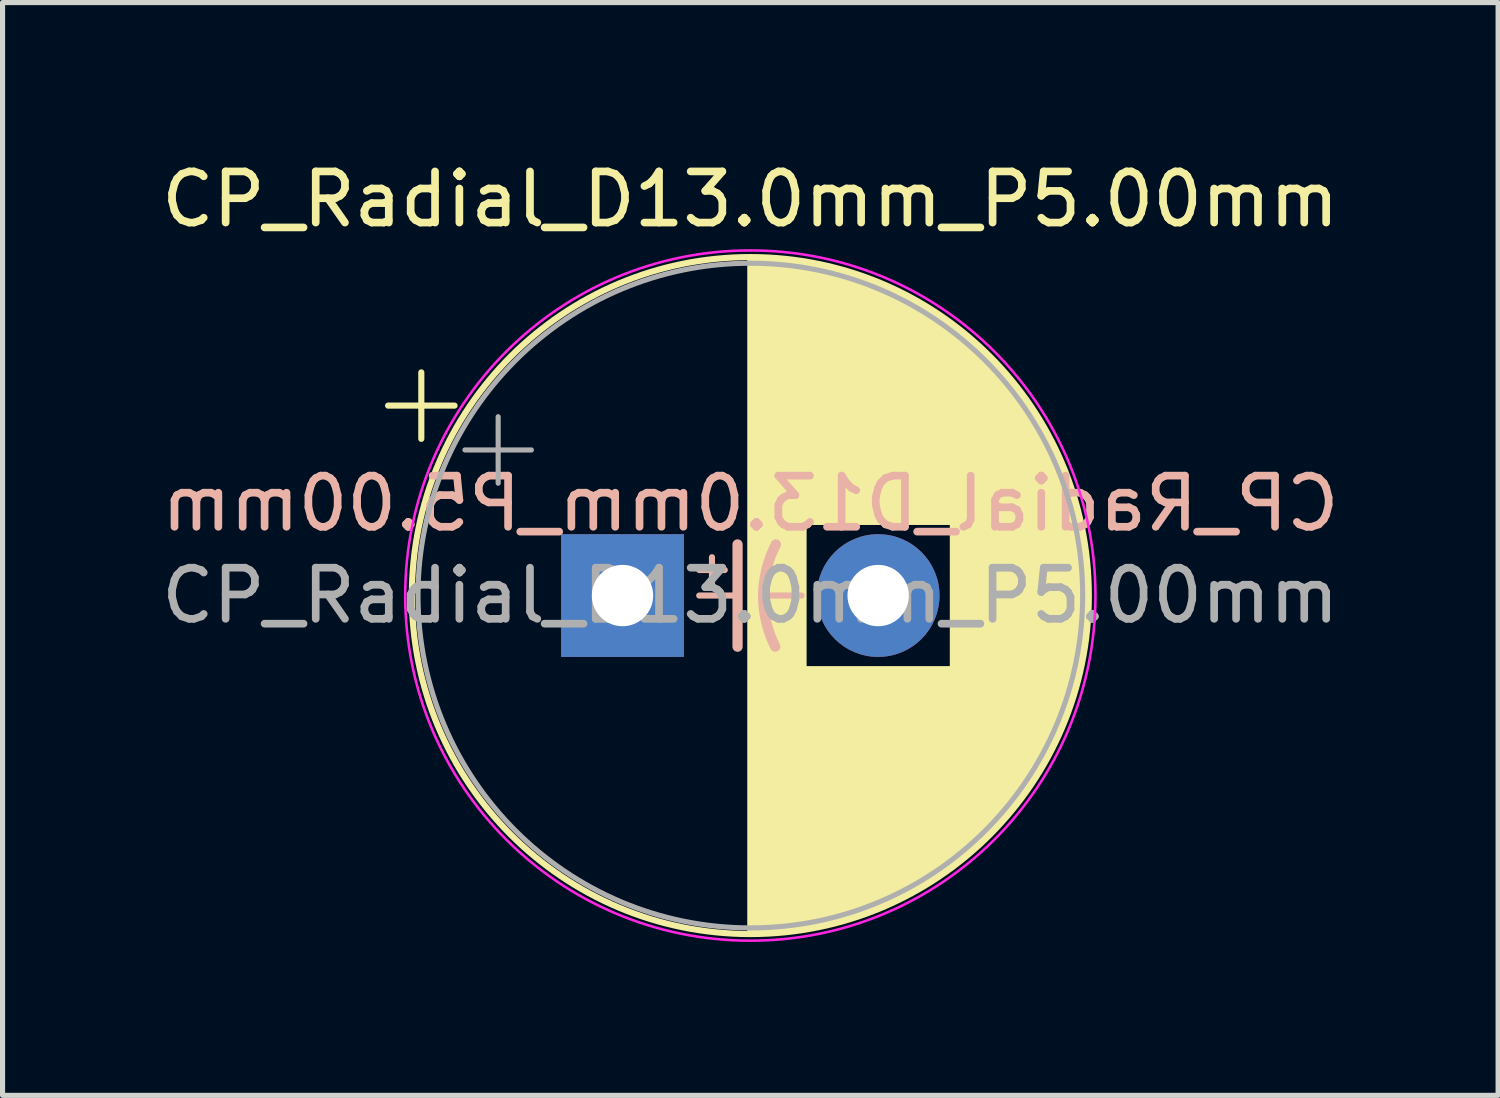
<source format=kicad_pcb>
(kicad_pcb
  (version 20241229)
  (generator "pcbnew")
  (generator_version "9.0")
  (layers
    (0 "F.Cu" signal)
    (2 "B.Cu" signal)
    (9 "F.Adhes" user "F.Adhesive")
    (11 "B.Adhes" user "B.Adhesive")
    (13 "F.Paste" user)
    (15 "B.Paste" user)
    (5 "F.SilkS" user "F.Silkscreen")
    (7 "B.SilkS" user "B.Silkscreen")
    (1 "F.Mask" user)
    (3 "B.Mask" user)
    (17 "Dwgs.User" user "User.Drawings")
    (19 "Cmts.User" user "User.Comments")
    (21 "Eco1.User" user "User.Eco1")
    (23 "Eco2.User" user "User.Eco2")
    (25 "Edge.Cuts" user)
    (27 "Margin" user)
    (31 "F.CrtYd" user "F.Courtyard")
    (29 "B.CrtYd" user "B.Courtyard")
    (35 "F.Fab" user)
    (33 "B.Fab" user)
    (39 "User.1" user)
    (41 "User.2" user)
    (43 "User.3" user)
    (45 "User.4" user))
  (footprint "CP_Radial_D13.0mm_P5.00mm"
    (layer "F.Cu")
    (at 9.125 8.598)
    (property "Reference" "CP_Radial_D13.0mm_P5.00mm" (at 2.5 -7.75 0) (layer "F.SilkS") (effects (font (size 1 1) (thickness 0.15))))
    (fp_line (start -4.585 -3.715) (end -3.285 -3.715) (stroke (width 0.12) (type solid)) (layer "F.SilkS"))
    (fp_line (start -3.935 -4.365) (end -3.935 -3.065) (stroke (width 0.12) (type solid)) (layer "F.SilkS"))
    (fp_line (start 2.5 -6.58) (end 2.5 6.58) (stroke (width 0.12) (type solid)) (layer "F.SilkS"))
    (fp_line (start 2.54 -6.58) (end 2.54 6.58) (stroke (width 0.12) (type solid)) (layer "F.SilkS"))
    (fp_line (start 2.58 -6.58) (end 2.58 6.58) (stroke (width 0.12) (type solid)) (layer "F.SilkS"))
    (fp_line (start 2.62 -6.579) (end 2.62 6.579) (stroke (width 0.12) (type solid)) (layer "F.SilkS"))
    (fp_line (start 2.66 -6.579) (end 2.66 6.579) (stroke (width 0.12) (type solid)) (layer "F.SilkS"))
    (fp_line (start 2.7 -6.577) (end 2.7 6.577) (stroke (width 0.12) (type solid)) (layer "F.SilkS"))
    (fp_line (start 2.74 -6.576) (end 2.74 6.576) (stroke (width 0.12) (type solid)) (layer "F.SilkS"))
    (fp_line (start 2.78 -6.575) (end 2.78 6.575) (stroke (width 0.12) (type solid)) (layer "F.SilkS"))
    (fp_line (start 2.82 -6.573) (end 2.82 6.573) (stroke (width 0.12) (type solid)) (layer "F.SilkS"))
    (fp_line (start 2.86 -6.571) (end 2.86 6.571) (stroke (width 0.12) (type solid)) (layer "F.SilkS"))
    (fp_line (start 2.9 -6.568) (end 2.9 6.568) (stroke (width 0.12) (type solid)) (layer "F.SilkS"))
    (fp_line (start 2.94 -6.566) (end 2.94 6.566) (stroke (width 0.12) (type solid)) (layer "F.SilkS"))
    (fp_line (start 2.98 -6.563) (end 2.98 6.563) (stroke (width 0.12) (type solid)) (layer "F.SilkS"))
    (fp_line (start 3.02 -6.56) (end 3.02 6.56) (stroke (width 0.12) (type solid)) (layer "F.SilkS"))
    (fp_line (start 3.06 -6.557) (end 3.06 6.557) (stroke (width 0.12) (type solid)) (layer "F.SilkS"))
    (fp_line (start 3.1 -6.553) (end 3.1 6.553) (stroke (width 0.12) (type solid)) (layer "F.SilkS"))
    (fp_line (start 3.14 -6.549) (end 3.14 6.549) (stroke (width 0.12) (type solid)) (layer "F.SilkS"))
    (fp_line (start 3.18 -6.545) (end 3.18 6.545) (stroke (width 0.12) (type solid)) (layer "F.SilkS"))
    (fp_line (start 3.221 -6.541) (end 3.221 6.541) (stroke (width 0.12) (type solid)) (layer "F.SilkS"))
    (fp_line (start 3.261 -6.537) (end 3.261 6.537) (stroke (width 0.12) (type solid)) (layer "F.SilkS"))
    (fp_line (start 3.301 -6.532) (end 3.301 6.532) (stroke (width 0.12) (type solid)) (layer "F.SilkS"))
    (fp_line (start 3.341 -6.527) (end 3.341 6.527) (stroke (width 0.12) (type solid)) (layer "F.SilkS"))
    (fp_line (start 3.381 -6.522) (end 3.381 6.522) (stroke (width 0.12) (type solid)) (layer "F.SilkS"))
    (fp_line (start 3.421 -6.516) (end 3.421 6.516) (stroke (width 0.12) (type solid)) (layer "F.SilkS"))
    (fp_line (start 3.461 -6.511) (end 3.461 6.511) (stroke (width 0.12) (type solid)) (layer "F.SilkS"))
    (fp_line (start 3.501 -6.505) (end 3.501 6.505) (stroke (width 0.12) (type solid)) (layer "F.SilkS"))
    (fp_line (start 3.541 -6.498) (end 3.541 6.498) (stroke (width 0.12) (type solid)) (layer "F.SilkS"))
    (fp_line (start 3.581 -6.492) (end 3.581 -1.44) (stroke (width 0.12) (type solid)) (layer "F.SilkS"))
    (fp_line (start 3.581 1.44) (end 3.581 6.492) (stroke (width 0.12) (type solid)) (layer "F.SilkS"))
    (fp_line (start 3.621 -6.485) (end 3.621 -1.44) (stroke (width 0.12) (type solid)) (layer "F.SilkS"))
    (fp_line (start 3.621 1.44) (end 3.621 6.485) (stroke (width 0.12) (type solid)) (layer "F.SilkS"))
    (fp_line (start 3.661 -6.478) (end 3.661 -1.44) (stroke (width 0.12) (type solid)) (layer "F.SilkS"))
    (fp_line (start 3.661 1.44) (end 3.661 6.478) (stroke (width 0.12) (type solid)) (layer "F.SilkS"))
    (fp_line (start 3.701 -6.471) (end 3.701 -1.44) (stroke (width 0.12) (type solid)) (layer "F.SilkS"))
    (fp_line (start 3.701 1.44) (end 3.701 6.471) (stroke (width 0.12) (type solid)) (layer "F.SilkS"))
    (fp_line (start 3.741 -6.463) (end 3.741 -1.44) (stroke (width 0.12) (type solid)) (layer "F.SilkS"))
    (fp_line (start 3.741 1.44) (end 3.741 6.463) (stroke (width 0.12) (type solid)) (layer "F.SilkS"))
    (fp_line (start 3.781 -6.456) (end 3.781 -1.44) (stroke (width 0.12) (type solid)) (layer "F.SilkS"))
    (fp_line (start 3.781 1.44) (end 3.781 6.456) (stroke (width 0.12) (type solid)) (layer "F.SilkS"))
    (fp_line (start 3.821 -6.448) (end 3.821 -1.44) (stroke (width 0.12) (type solid)) (layer "F.SilkS"))
    (fp_line (start 3.821 1.44) (end 3.821 6.448) (stroke (width 0.12) (type solid)) (layer "F.SilkS"))
    (fp_line (start 3.861 -6.439) (end 3.861 -1.44) (stroke (width 0.12) (type solid)) (layer "F.SilkS"))
    (fp_line (start 3.861 1.44) (end 3.861 6.439) (stroke (width 0.12) (type solid)) (layer "F.SilkS"))
    (fp_line (start 3.901 -6.431) (end 3.901 -1.44) (stroke (width 0.12) (type solid)) (layer "F.SilkS"))
    (fp_line (start 3.901 1.44) (end 3.901 6.431) (stroke (width 0.12) (type solid)) (layer "F.SilkS"))
    (fp_line (start 3.941 -6.422) (end 3.941 -1.44) (stroke (width 0.12) (type solid)) (layer "F.SilkS"))
    (fp_line (start 3.941 1.44) (end 3.941 6.422) (stroke (width 0.12) (type solid)) (layer "F.SilkS"))
    (fp_line (start 3.981 -6.413) (end 3.981 -1.44) (stroke (width 0.12) (type solid)) (layer "F.SilkS"))
    (fp_line (start 3.981 1.44) (end 3.981 6.413) (stroke (width 0.12) (type solid)) (layer "F.SilkS"))
    (fp_line (start 4.021 -6.404) (end 4.021 -1.44) (stroke (width 0.12) (type solid)) (layer "F.SilkS"))
    (fp_line (start 4.021 1.44) (end 4.021 6.404) (stroke (width 0.12) (type solid)) (layer "F.SilkS"))
    (fp_line (start 4.061 -6.394) (end 4.061 -1.44) (stroke (width 0.12) (type solid)) (layer "F.SilkS"))
    (fp_line (start 4.061 1.44) (end 4.061 6.394) (stroke (width 0.12) (type solid)) (layer "F.SilkS"))
    (fp_line (start 4.101 -6.384) (end 4.101 -1.44) (stroke (width 0.12) (type solid)) (layer "F.SilkS"))
    (fp_line (start 4.101 1.44) (end 4.101 6.384) (stroke (width 0.12) (type solid)) (layer "F.SilkS"))
    (fp_line (start 4.141 -6.374) (end 4.141 -1.44) (stroke (width 0.12) (type solid)) (layer "F.SilkS"))
    (fp_line (start 4.141 1.44) (end 4.141 6.374) (stroke (width 0.12) (type solid)) (layer "F.SilkS"))
    (fp_line (start 4.181 -6.364) (end 4.181 -1.44) (stroke (width 0.12) (type solid)) (layer "F.SilkS"))
    (fp_line (start 4.181 1.44) (end 4.181 6.364) (stroke (width 0.12) (type solid)) (layer "F.SilkS"))
    (fp_line (start 4.221 -6.353) (end 4.221 -1.44) (stroke (width 0.12) (type solid)) (layer "F.SilkS"))
    (fp_line (start 4.221 1.44) (end 4.221 6.353) (stroke (width 0.12) (type solid)) (layer "F.SilkS"))
    (fp_line (start 4.261 -6.342) (end 4.261 -1.44) (stroke (width 0.12) (type solid)) (layer "F.SilkS"))
    (fp_line (start 4.261 1.44) (end 4.261 6.342) (stroke (width 0.12) (type solid)) (layer "F.SilkS"))
    (fp_line (start 4.301 -6.331) (end 4.301 -1.44) (stroke (width 0.12) (type solid)) (layer "F.SilkS"))
    (fp_line (start 4.301 1.44) (end 4.301 6.331) (stroke (width 0.12) (type solid)) (layer "F.SilkS"))
    (fp_line (start 4.341 -6.32) (end 4.341 -1.44) (stroke (width 0.12) (type solid)) (layer "F.SilkS"))
    (fp_line (start 4.341 1.44) (end 4.341 6.32) (stroke (width 0.12) (type solid)) (layer "F.SilkS"))
    (fp_line (start 4.381 -6.308) (end 4.381 -1.44) (stroke (width 0.12) (type solid)) (layer "F.SilkS"))
    (fp_line (start 4.381 1.44) (end 4.381 6.308) (stroke (width 0.12) (type solid)) (layer "F.SilkS"))
    (fp_line (start 4.421 -6.296) (end 4.421 -1.44) (stroke (width 0.12) (type solid)) (layer "F.SilkS"))
    (fp_line (start 4.421 1.44) (end 4.421 6.296) (stroke (width 0.12) (type solid)) (layer "F.SilkS"))
    (fp_line (start 4.461 -6.284) (end 4.461 -1.44) (stroke (width 0.12) (type solid)) (layer "F.SilkS"))
    (fp_line (start 4.461 1.44) (end 4.461 6.284) (stroke (width 0.12) (type solid)) (layer "F.SilkS"))
    (fp_line (start 4.501 -6.271) (end 4.501 -1.44) (stroke (width 0.12) (type solid)) (layer "F.SilkS"))
    (fp_line (start 4.501 1.44) (end 4.501 6.271) (stroke (width 0.12) (type solid)) (layer "F.SilkS"))
    (fp_line (start 4.541 -6.258) (end 4.541 -1.44) (stroke (width 0.12) (type solid)) (layer "F.SilkS"))
    (fp_line (start 4.541 1.44) (end 4.541 6.258) (stroke (width 0.12) (type solid)) (layer "F.SilkS"))
    (fp_line (start 4.581 -6.245) (end 4.581 -1.44) (stroke (width 0.12) (type solid)) (layer "F.SilkS"))
    (fp_line (start 4.581 1.44) (end 4.581 6.245) (stroke (width 0.12) (type solid)) (layer "F.SilkS"))
    (fp_line (start 4.621 -6.232) (end 4.621 -1.44) (stroke (width 0.12) (type solid)) (layer "F.SilkS"))
    (fp_line (start 4.621 1.44) (end 4.621 6.232) (stroke (width 0.12) (type solid)) (layer "F.SilkS"))
    (fp_line (start 4.661 -6.218) (end 4.661 -1.44) (stroke (width 0.12) (type solid)) (layer "F.SilkS"))
    (fp_line (start 4.661 1.44) (end 4.661 6.218) (stroke (width 0.12) (type solid)) (layer "F.SilkS"))
    (fp_line (start 4.701 -6.204) (end 4.701 -1.44) (stroke (width 0.12) (type solid)) (layer "F.SilkS"))
    (fp_line (start 4.701 1.44) (end 4.701 6.204) (stroke (width 0.12) (type solid)) (layer "F.SilkS"))
    (fp_line (start 4.741 -6.19) (end 4.741 -1.44) (stroke (width 0.12) (type solid)) (layer "F.SilkS"))
    (fp_line (start 4.741 1.44) (end 4.741 6.19) (stroke (width 0.12) (type solid)) (layer "F.SilkS"))
    (fp_line (start 4.781 -6.175) (end 4.781 -1.44) (stroke (width 0.12) (type solid)) (layer "F.SilkS"))
    (fp_line (start 4.781 1.44) (end 4.781 6.175) (stroke (width 0.12) (type solid)) (layer "F.SilkS"))
    (fp_line (start 4.821 -6.161) (end 4.821 -1.44) (stroke (width 0.12) (type solid)) (layer "F.SilkS"))
    (fp_line (start 4.821 1.44) (end 4.821 6.161) (stroke (width 0.12) (type solid)) (layer "F.SilkS"))
    (fp_line (start 4.861 -6.146) (end 4.861 -1.44) (stroke (width 0.12) (type solid)) (layer "F.SilkS"))
    (fp_line (start 4.861 1.44) (end 4.861 6.146) (stroke (width 0.12) (type solid)) (layer "F.SilkS"))
    (fp_line (start 4.901 -6.13) (end 4.901 -1.44) (stroke (width 0.12) (type solid)) (layer "F.SilkS"))
    (fp_line (start 4.901 1.44) (end 4.901 6.13) (stroke (width 0.12) (type solid)) (layer "F.SilkS"))
    (fp_line (start 4.941 -6.114) (end 4.941 -1.44) (stroke (width 0.12) (type solid)) (layer "F.SilkS"))
    (fp_line (start 4.941 1.44) (end 4.941 6.114) (stroke (width 0.12) (type solid)) (layer "F.SilkS"))
    (fp_line (start 4.981 -6.098) (end 4.981 -1.44) (stroke (width 0.12) (type solid)) (layer "F.SilkS"))
    (fp_line (start 4.981 1.44) (end 4.981 6.098) (stroke (width 0.12) (type solid)) (layer "F.SilkS"))
    (fp_line (start 5.021 -6.082) (end 5.021 -1.44) (stroke (width 0.12) (type solid)) (layer "F.SilkS"))
    (fp_line (start 5.021 1.44) (end 5.021 6.082) (stroke (width 0.12) (type solid)) (layer "F.SilkS"))
    (fp_line (start 5.061 -6.065) (end 5.061 -1.44) (stroke (width 0.12) (type solid)) (layer "F.SilkS"))
    (fp_line (start 5.061 1.44) (end 5.061 6.065) (stroke (width 0.12) (type solid)) (layer "F.SilkS"))
    (fp_line (start 5.101 -6.049) (end 5.101 -1.44) (stroke (width 0.12) (type solid)) (layer "F.SilkS"))
    (fp_line (start 5.101 1.44) (end 5.101 6.049) (stroke (width 0.12) (type solid)) (layer "F.SilkS"))
    (fp_line (start 5.141 -6.031) (end 5.141 -1.44) (stroke (width 0.12) (type solid)) (layer "F.SilkS"))
    (fp_line (start 5.141 1.44) (end 5.141 6.031) (stroke (width 0.12) (type solid)) (layer "F.SilkS"))
    (fp_line (start 5.181 -6.014) (end 5.181 -1.44) (stroke (width 0.12) (type solid)) (layer "F.SilkS"))
    (fp_line (start 5.181 1.44) (end 5.181 6.014) (stroke (width 0.12) (type solid)) (layer "F.SilkS"))
    (fp_line (start 5.221 -5.996) (end 5.221 -1.44) (stroke (width 0.12) (type solid)) (layer "F.SilkS"))
    (fp_line (start 5.221 1.44) (end 5.221 5.996) (stroke (width 0.12) (type solid)) (layer "F.SilkS"))
    (fp_line (start 5.261 -5.978) (end 5.261 -1.44) (stroke (width 0.12) (type solid)) (layer "F.SilkS"))
    (fp_line (start 5.261 1.44) (end 5.261 5.978) (stroke (width 0.12) (type solid)) (layer "F.SilkS"))
    (fp_line (start 5.301 -5.959) (end 5.301 -1.44) (stroke (width 0.12) (type solid)) (layer "F.SilkS"))
    (fp_line (start 5.301 1.44) (end 5.301 5.959) (stroke (width 0.12) (type solid)) (layer "F.SilkS"))
    (fp_line (start 5.341 -5.94) (end 5.341 -1.44) (stroke (width 0.12) (type solid)) (layer "F.SilkS"))
    (fp_line (start 5.341 1.44) (end 5.341 5.94) (stroke (width 0.12) (type solid)) (layer "F.SilkS"))
    (fp_line (start 5.381 -5.921) (end 5.381 -1.44) (stroke (width 0.12) (type solid)) (layer "F.SilkS"))
    (fp_line (start 5.381 1.44) (end 5.381 5.921) (stroke (width 0.12) (type solid)) (layer "F.SilkS"))
    (fp_line (start 5.421 -5.902) (end 5.421 -1.44) (stroke (width 0.12) (type solid)) (layer "F.SilkS"))
    (fp_line (start 5.421 1.44) (end 5.421 5.902) (stroke (width 0.12) (type solid)) (layer "F.SilkS"))
    (fp_line (start 5.461 -5.882) (end 5.461 -1.44) (stroke (width 0.12) (type solid)) (layer "F.SilkS"))
    (fp_line (start 5.461 1.44) (end 5.461 5.882) (stroke (width 0.12) (type solid)) (layer "F.SilkS"))
    (fp_line (start 5.501 -5.862) (end 5.501 -1.44) (stroke (width 0.12) (type solid)) (layer "F.SilkS"))
    (fp_line (start 5.501 1.44) (end 5.501 5.862) (stroke (width 0.12) (type solid)) (layer "F.SilkS"))
    (fp_line (start 5.541 -5.841) (end 5.541 -1.44) (stroke (width 0.12) (type solid)) (layer "F.SilkS"))
    (fp_line (start 5.541 1.44) (end 5.541 5.841) (stroke (width 0.12) (type solid)) (layer "F.SilkS"))
    (fp_line (start 5.581 -5.82) (end 5.581 -1.44) (stroke (width 0.12) (type solid)) (layer "F.SilkS"))
    (fp_line (start 5.581 1.44) (end 5.581 5.82) (stroke (width 0.12) (type solid)) (layer "F.SilkS"))
    (fp_line (start 5.621 -5.799) (end 5.621 -1.44) (stroke (width 0.12) (type solid)) (layer "F.SilkS"))
    (fp_line (start 5.621 1.44) (end 5.621 5.799) (stroke (width 0.12) (type solid)) (layer "F.SilkS"))
    (fp_line (start 5.661 -5.778) (end 5.661 -1.44) (stroke (width 0.12) (type solid)) (layer "F.SilkS"))
    (fp_line (start 5.661 1.44) (end 5.661 5.778) (stroke (width 0.12) (type solid)) (layer "F.SilkS"))
    (fp_line (start 5.701 -5.756) (end 5.701 -1.44) (stroke (width 0.12) (type solid)) (layer "F.SilkS"))
    (fp_line (start 5.701 1.44) (end 5.701 5.756) (stroke (width 0.12) (type solid)) (layer "F.SilkS"))
    (fp_line (start 5.741 -5.733) (end 5.741 -1.44) (stroke (width 0.12) (type solid)) (layer "F.SilkS"))
    (fp_line (start 5.741 1.44) (end 5.741 5.733) (stroke (width 0.12) (type solid)) (layer "F.SilkS"))
    (fp_line (start 5.781 -5.711) (end 5.781 -1.44) (stroke (width 0.12) (type solid)) (layer "F.SilkS"))
    (fp_line (start 5.781 1.44) (end 5.781 5.711) (stroke (width 0.12) (type solid)) (layer "F.SilkS"))
    (fp_line (start 5.821 -5.688) (end 5.821 -1.44) (stroke (width 0.12) (type solid)) (layer "F.SilkS"))
    (fp_line (start 5.821 1.44) (end 5.821 5.688) (stroke (width 0.12) (type solid)) (layer "F.SilkS"))
    (fp_line (start 5.861 -5.664) (end 5.861 -1.44) (stroke (width 0.12) (type solid)) (layer "F.SilkS"))
    (fp_line (start 5.861 1.44) (end 5.861 5.664) (stroke (width 0.12) (type solid)) (layer "F.SilkS"))
    (fp_line (start 5.901 -5.641) (end 5.901 -1.44) (stroke (width 0.12) (type solid)) (layer "F.SilkS"))
    (fp_line (start 5.901 1.44) (end 5.901 5.641) (stroke (width 0.12) (type solid)) (layer "F.SilkS"))
    (fp_line (start 5.941 -5.617) (end 5.941 -1.44) (stroke (width 0.12) (type solid)) (layer "F.SilkS"))
    (fp_line (start 5.941 1.44) (end 5.941 5.617) (stroke (width 0.12) (type solid)) (layer "F.SilkS"))
    (fp_line (start 5.981 -5.592) (end 5.981 -1.44) (stroke (width 0.12) (type solid)) (layer "F.SilkS"))
    (fp_line (start 5.981 1.44) (end 5.981 5.592) (stroke (width 0.12) (type solid)) (layer "F.SilkS"))
    (fp_line (start 6.021 -5.567) (end 6.021 -1.44) (stroke (width 0.12) (type solid)) (layer "F.SilkS"))
    (fp_line (start 6.021 1.44) (end 6.021 5.567) (stroke (width 0.12) (type solid)) (layer "F.SilkS"))
    (fp_line (start 6.061 -5.542) (end 6.061 -1.44) (stroke (width 0.12) (type solid)) (layer "F.SilkS"))
    (fp_line (start 6.061 1.44) (end 6.061 5.542) (stroke (width 0.12) (type solid)) (layer "F.SilkS"))
    (fp_line (start 6.101 -5.516) (end 6.101 -1.44) (stroke (width 0.12) (type solid)) (layer "F.SilkS"))
    (fp_line (start 6.101 1.44) (end 6.101 5.516) (stroke (width 0.12) (type solid)) (layer "F.SilkS"))
    (fp_line (start 6.141 -5.49) (end 6.141 -1.44) (stroke (width 0.12) (type solid)) (layer "F.SilkS"))
    (fp_line (start 6.141 1.44) (end 6.141 5.49) (stroke (width 0.12) (type solid)) (layer "F.SilkS"))
    (fp_line (start 6.181 -5.463) (end 6.181 -1.44) (stroke (width 0.12) (type solid)) (layer "F.SilkS"))
    (fp_line (start 6.181 1.44) (end 6.181 5.463) (stroke (width 0.12) (type solid)) (layer "F.SilkS"))
    (fp_line (start 6.221 -5.436) (end 6.221 -1.44) (stroke (width 0.12) (type solid)) (layer "F.SilkS"))
    (fp_line (start 6.221 1.44) (end 6.221 5.436) (stroke (width 0.12) (type solid)) (layer "F.SilkS"))
    (fp_line (start 6.261 -5.409) (end 6.261 -1.44) (stroke (width 0.12) (type solid)) (layer "F.SilkS"))
    (fp_line (start 6.261 1.44) (end 6.261 5.409) (stroke (width 0.12) (type solid)) (layer "F.SilkS"))
    (fp_line (start 6.301 -5.381) (end 6.301 -1.44) (stroke (width 0.12) (type solid)) (layer "F.SilkS"))
    (fp_line (start 6.301 1.44) (end 6.301 5.381) (stroke (width 0.12) (type solid)) (layer "F.SilkS"))
    (fp_line (start 6.341 -5.353) (end 6.341 -1.44) (stroke (width 0.12) (type solid)) (layer "F.SilkS"))
    (fp_line (start 6.341 1.44) (end 6.341 5.353) (stroke (width 0.12) (type solid)) (layer "F.SilkS"))
    (fp_line (start 6.381 -5.324) (end 6.381 -1.44) (stroke (width 0.12) (type solid)) (layer "F.SilkS"))
    (fp_line (start 6.381 1.44) (end 6.381 5.324) (stroke (width 0.12) (type solid)) (layer "F.SilkS"))
    (fp_line (start 6.421 -5.295) (end 6.421 -1.44) (stroke (width 0.12) (type solid)) (layer "F.SilkS"))
    (fp_line (start 6.421 1.44) (end 6.421 5.295) (stroke (width 0.12) (type solid)) (layer "F.SilkS"))
    (fp_line (start 6.461 -5.265) (end 6.461 5.265) (stroke (width 0.12) (type solid)) (layer "F.SilkS"))
    (fp_line (start 6.501 -5.235) (end 6.501 5.235) (stroke (width 0.12) (type solid)) (layer "F.SilkS"))
    (fp_line (start 6.541 -5.205) (end 6.541 5.205) (stroke (width 0.12) (type solid)) (layer "F.SilkS"))
    (fp_line (start 6.581 -5.174) (end 6.581 5.174) (stroke (width 0.12) (type solid)) (layer "F.SilkS"))
    (fp_line (start 6.621 -5.142) (end 6.621 5.142) (stroke (width 0.12) (type solid)) (layer "F.SilkS"))
    (fp_line (start 6.661 -5.11) (end 6.661 5.11) (stroke (width 0.12) (type solid)) (layer "F.SilkS"))
    (fp_line (start 6.701 -5.078) (end 6.701 5.078) (stroke (width 0.12) (type solid)) (layer "F.SilkS"))
    (fp_line (start 6.741 -5.044) (end 6.741 5.044) (stroke (width 0.12) (type solid)) (layer "F.SilkS"))
    (fp_line (start 6.781 -5.011) (end 6.781 5.011) (stroke (width 0.12) (type solid)) (layer "F.SilkS"))
    (fp_line (start 6.821 -4.977) (end 6.821 4.977) (stroke (width 0.12) (type solid)) (layer "F.SilkS"))
    (fp_line (start 6.861 -4.942) (end 6.861 4.942) (stroke (width 0.12) (type solid)) (layer "F.SilkS"))
    (fp_line (start 6.901 -4.907) (end 6.901 4.907) (stroke (width 0.12) (type solid)) (layer "F.SilkS"))
    (fp_line (start 6.941 -4.871) (end 6.941 4.871) (stroke (width 0.12) (type solid)) (layer "F.SilkS"))
    (fp_line (start 6.981 -4.834) (end 6.981 4.834) (stroke (width 0.12) (type solid)) (layer "F.SilkS"))
    (fp_line (start 7.021 -4.797) (end 7.021 4.797) (stroke (width 0.12) (type solid)) (layer "F.SilkS"))
    (fp_line (start 7.061 -4.76) (end 7.061 4.76) (stroke (width 0.12) (type solid)) (layer "F.SilkS"))
    (fp_line (start 7.101 -4.721) (end 7.101 4.721) (stroke (width 0.12) (type solid)) (layer "F.SilkS"))
    (fp_line (start 7.141 -4.682) (end 7.141 4.682) (stroke (width 0.12) (type solid)) (layer "F.SilkS"))
    (fp_line (start 7.181 -4.643) (end 7.181 4.643) (stroke (width 0.12) (type solid)) (layer "F.SilkS"))
    (fp_line (start 7.221 -4.602) (end 7.221 4.602) (stroke (width 0.12) (type solid)) (layer "F.SilkS"))
    (fp_line (start 7.261 -4.561) (end 7.261 4.561) (stroke (width 0.12) (type solid)) (layer "F.SilkS"))
    (fp_line (start 7.301 -4.519) (end 7.301 4.519) (stroke (width 0.12) (type solid)) (layer "F.SilkS"))
    (fp_line (start 7.341 -4.477) (end 7.341 4.477) (stroke (width 0.12) (type solid)) (layer "F.SilkS"))
    (fp_line (start 7.381 -4.434) (end 7.381 4.434) (stroke (width 0.12) (type solid)) (layer "F.SilkS"))
    (fp_line (start 7.421 -4.39) (end 7.421 4.39) (stroke (width 0.12) (type solid)) (layer "F.SilkS"))
    (fp_line (start 7.461 -4.345) (end 7.461 4.345) (stroke (width 0.12) (type solid)) (layer "F.SilkS"))
    (fp_line (start 7.501 -4.299) (end 7.501 4.299) (stroke (width 0.12) (type solid)) (layer "F.SilkS"))
    (fp_line (start 7.541 -4.253) (end 7.541 4.253) (stroke (width 0.12) (type solid)) (layer "F.SilkS"))
    (fp_line (start 7.581 -4.205) (end 7.581 4.205) (stroke (width 0.12) (type solid)) (layer "F.SilkS"))
    (fp_line (start 7.621 -4.157) (end 7.621 4.157) (stroke (width 0.12) (type solid)) (layer "F.SilkS"))
    (fp_line (start 7.661 -4.108) (end 7.661 4.108) (stroke (width 0.12) (type solid)) (layer "F.SilkS"))
    (fp_line (start 7.701 -4.057) (end 7.701 4.057) (stroke (width 0.12) (type solid)) (layer "F.SilkS"))
    (fp_line (start 7.741 -4.006) (end 7.741 4.006) (stroke (width 0.12) (type solid)) (layer "F.SilkS"))
    (fp_line (start 7.781 -3.954) (end 7.781 3.954) (stroke (width 0.12) (type solid)) (layer "F.SilkS"))
    (fp_line (start 7.821 -3.9) (end 7.821 3.9) (stroke (width 0.12) (type solid)) (layer "F.SilkS"))
    (fp_line (start 7.861 -3.846) (end 7.861 3.846) (stroke (width 0.12) (type solid)) (layer "F.SilkS"))
    (fp_line (start 7.901 -3.79) (end 7.901 3.79) (stroke (width 0.12) (type solid)) (layer "F.SilkS"))
    (fp_line (start 7.941 -3.733) (end 7.941 3.733) (stroke (width 0.12) (type solid)) (layer "F.SilkS"))
    (fp_line (start 7.981 -3.675) (end 7.981 3.675) (stroke (width 0.12) (type solid)) (layer "F.SilkS"))
    (fp_line (start 8.021 -3.615) (end 8.021 3.615) (stroke (width 0.12) (type solid)) (layer "F.SilkS"))
    (fp_line (start 8.061 -3.554) (end 8.061 3.554) (stroke (width 0.12) (type solid)) (layer "F.SilkS"))
    (fp_line (start 8.101 -3.491) (end 8.101 3.491) (stroke (width 0.12) (type solid)) (layer "F.SilkS"))
    (fp_line (start 8.141 -3.427) (end 8.141 3.427) (stroke (width 0.12) (type solid)) (layer "F.SilkS"))
    (fp_line (start 8.181 -3.361) (end 8.181 3.361) (stroke (width 0.12) (type solid)) (layer "F.SilkS"))
    (fp_line (start 8.221 -3.293) (end 8.221 3.293) (stroke (width 0.12) (type solid)) (layer "F.SilkS"))
    (fp_line (start 8.261 -3.223) (end 8.261 3.223) (stroke (width 0.12) (type solid)) (layer "F.SilkS"))
    (fp_line (start 8.301 -3.152) (end 8.301 3.152) (stroke (width 0.12) (type solid)) (layer "F.SilkS"))
    (fp_line (start 8.341 -3.078) (end 8.341 3.078) (stroke (width 0.12) (type solid)) (layer "F.SilkS"))
    (fp_line (start 8.381 -3.002) (end 8.381 3.002) (stroke (width 0.12) (type solid)) (layer "F.SilkS"))
    (fp_line (start 8.421 -2.923) (end 8.421 2.923) (stroke (width 0.12) (type solid)) (layer "F.SilkS"))
    (fp_line (start 8.461 -2.842) (end 8.461 2.842) (stroke (width 0.12) (type solid)) (layer "F.SilkS"))
    (fp_line (start 8.501 -2.758) (end 8.501 2.758) (stroke (width 0.12) (type solid)) (layer "F.SilkS"))
    (fp_line (start 8.541 -2.67) (end 8.541 2.67) (stroke (width 0.12) (type solid)) (layer "F.SilkS"))
    (fp_line (start 8.581 -2.579) (end 8.581 2.579) (stroke (width 0.12) (type solid)) (layer "F.SilkS"))
    (fp_line (start 8.621 -2.484) (end 8.621 2.484) (stroke (width 0.12) (type solid)) (layer "F.SilkS"))
    (fp_line (start 8.661 -2.385) (end 8.661 2.385) (stroke (width 0.12) (type solid)) (layer "F.SilkS"))
    (fp_line (start 8.701 -2.281) (end 8.701 2.281) (stroke (width 0.12) (type solid)) (layer "F.SilkS"))
    (fp_line (start 8.741 -2.171) (end 8.741 2.171) (stroke (width 0.12) (type solid)) (layer "F.SilkS"))
    (fp_line (start 8.781 -2.055) (end 8.781 2.055) (stroke (width 0.12) (type solid)) (layer "F.SilkS"))
    (fp_line (start 8.821 -1.931) (end 8.821 1.931) (stroke (width 0.12) (type solid)) (layer "F.SilkS"))
    (fp_line (start 8.861 -1.798) (end 8.861 1.798) (stroke (width 0.12) (type solid)) (layer "F.SilkS"))
    (fp_line (start 8.901 -1.653) (end 8.901 1.653) (stroke (width 0.12) (type solid)) (layer "F.SilkS"))
    (fp_line (start 8.941 -1.494) (end 8.941 1.494) (stroke (width 0.12) (type solid)) (layer "F.SilkS"))
    (fp_line (start 8.981 -1.315) (end 8.981 1.315) (stroke (width 0.12) (type solid)) (layer "F.SilkS"))
    (fp_line (start 9.021 -1.107) (end 9.021 1.107) (stroke (width 0.12) (type solid)) (layer "F.SilkS"))
    (fp_line (start 9.061 -0.85) (end 9.061 0.85) (stroke (width 0.12) (type solid)) (layer "F.SilkS"))
    (fp_line (start 9.101 -0.475) (end 9.101 0.475) (stroke (width 0.12) (type solid)) (layer "F.SilkS"))
    (fp_circle (center 2.5 0) (end 9.12 0) (stroke (width 0.12) (type solid)) (fill no) (layer "F.SilkS"))
    (fp_line (start 1.5 -0.5) (end 2 -0.5) (stroke (width 0.12) (type solid)) (layer "B.SilkS"))
    (fp_line (start 1.5 0) (end 2.25 0) (stroke (width 0.12) (type solid)) (layer "B.SilkS"))
    (fp_line (start 1.75 -0.75) (end 1.75 -0.25) (stroke (width 0.12) (type solid)) (layer "B.SilkS"))
    (fp_line (start 2.25 1) (end 2.25 -1) (stroke (width 0.2) (type solid)) (layer "B.SilkS"))
    (fp_line (start 3.5 0) (end 2.75 0) (stroke (width 0.12) (type solid)) (layer "B.SilkS"))
    (fp_arc (start 2.75 0) (mid 2.816707 -0.514573) (end 3 -1) (stroke (width 0.2) (type solid)) (layer "B.SilkS"))
    (fp_arc (start 2.987539 1) (mid 2.810247 0.513901) (end 2.75 0) (stroke (width 0.2) (type solid)) (layer "B.SilkS"))
    (fp_circle (center 2.5 0) (end 9.25 0) (stroke (width 0.05) (type solid)) (fill no) (layer "F.CrtYd"))
    (fp_line (start -3.082 -2.848) (end -1.782 -2.848) (stroke (width 0.1) (type solid)) (layer "F.Fab"))
    (fp_line (start -2.432 -3.498) (end -2.432 -2.197) (stroke (width 0.1) (type solid)) (layer "F.Fab"))
    (fp_circle (center 2.5 0) (end 9 0) (stroke (width 0.1) (type solid)) (fill no) (layer "F.Fab"))
    (fp_text user "${REFERENCE}" (at 2.5 -1.8 0) (layer "B.SilkS") (effects (font (size 1 1) (thickness 0.15)) (justify mirror)))
    (fp_text user "${REFERENCE}" (at 2.5 0 0) (layer "F.Fab") (effects (font (size 1 1) (thickness 0.15))))
    (pad "1" thru_hole rect (at 0 0) (size 2.4 2.4) (drill 1.2) (layers "*.Cu" "*.Mask"))
    (pad "2" thru_hole circle (at 5 0) (size 2.4 2.4) (drill 1.2) (layers "*.Cu" "*.Mask")))
  (gr_rect
    (start -3 -3)
    (end 26.25 18.373)
    (stroke (width 0.1) (type default))
    (fill no)
    (layer "Edge.Cuts")))
</source>
